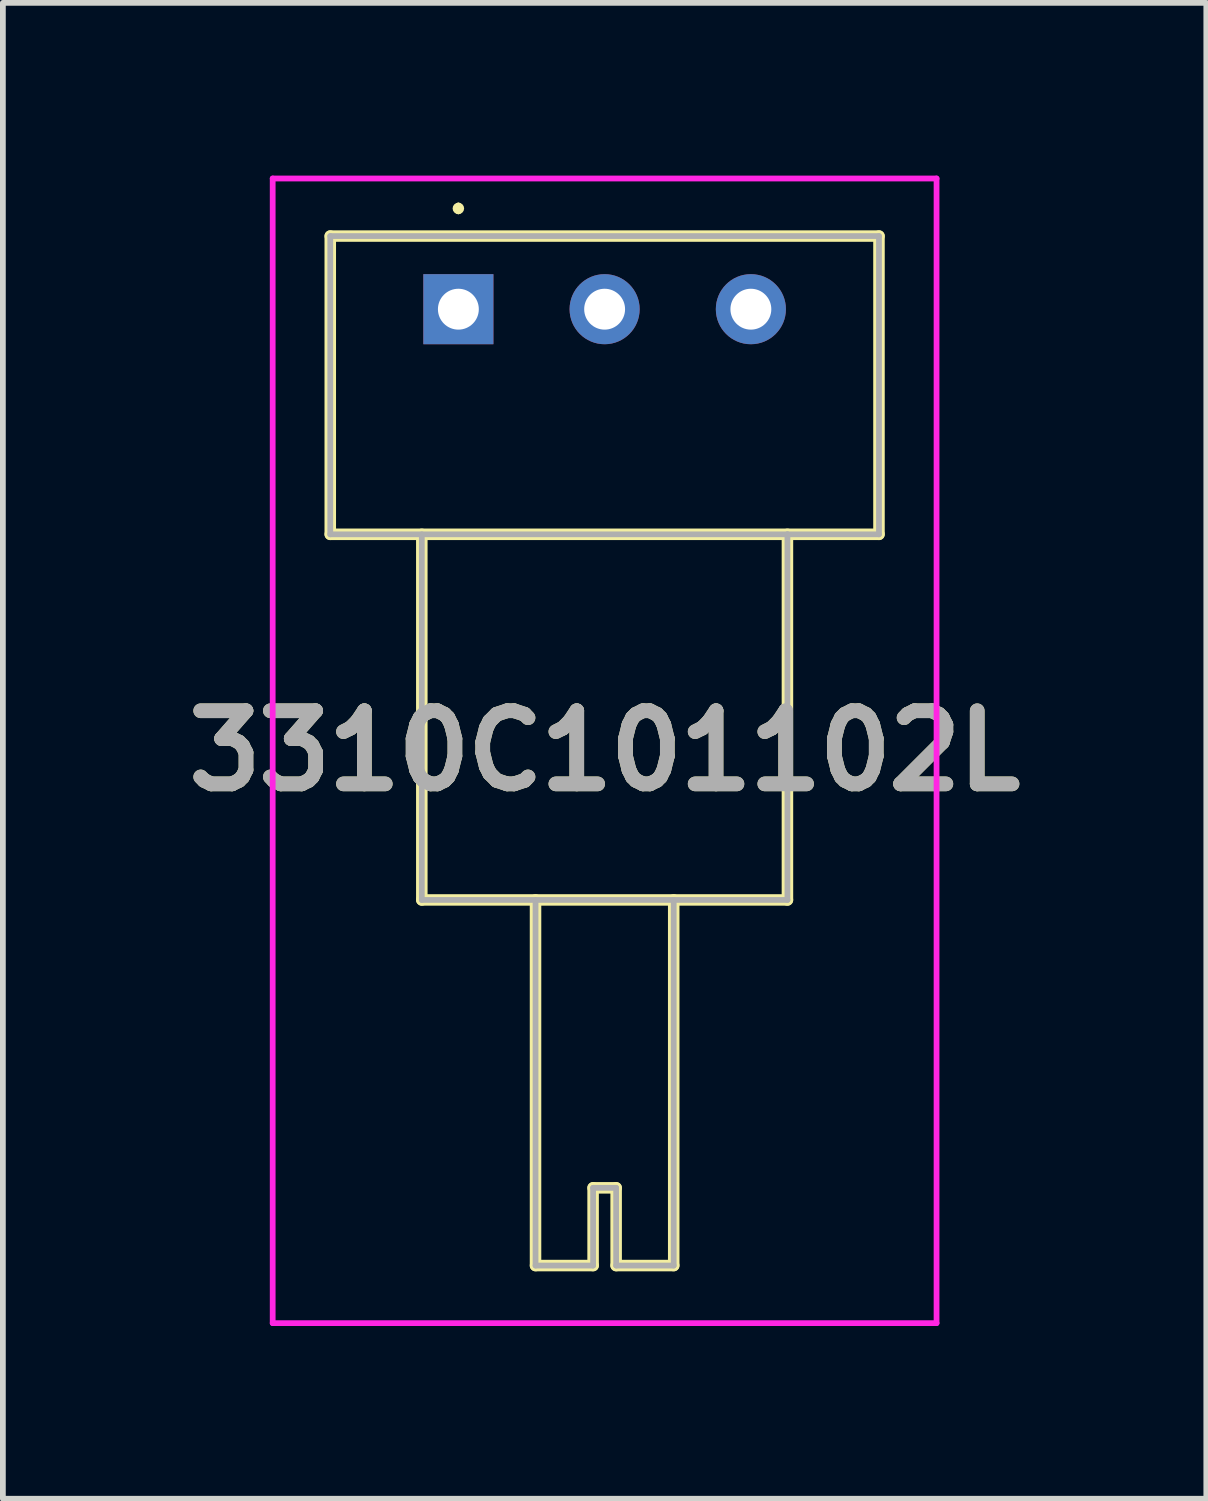
<source format=kicad_pcb>
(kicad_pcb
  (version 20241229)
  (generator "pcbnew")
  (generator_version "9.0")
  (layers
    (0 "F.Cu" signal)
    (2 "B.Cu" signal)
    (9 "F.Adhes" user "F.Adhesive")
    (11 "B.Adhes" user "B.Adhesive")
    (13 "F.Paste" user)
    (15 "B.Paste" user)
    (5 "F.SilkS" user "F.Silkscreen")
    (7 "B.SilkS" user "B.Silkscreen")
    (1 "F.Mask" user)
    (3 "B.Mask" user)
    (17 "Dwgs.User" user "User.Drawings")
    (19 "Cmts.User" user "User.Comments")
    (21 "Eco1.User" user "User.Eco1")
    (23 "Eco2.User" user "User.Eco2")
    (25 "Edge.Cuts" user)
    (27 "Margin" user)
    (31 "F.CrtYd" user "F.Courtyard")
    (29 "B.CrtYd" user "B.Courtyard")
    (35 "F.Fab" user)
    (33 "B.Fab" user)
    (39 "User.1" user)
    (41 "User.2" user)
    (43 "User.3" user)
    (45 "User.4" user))
  (footprint "3310C101102L"
    (layer "F.Cu")
    (at 4.911 2.32)
    (property "Reference" "3310C101102L" (at 2.54 7.67 0) (layer "F.SilkS") (effects (font (size 1.27 1.27) (thickness 0.254))))
    (attr through_hole)
    (fp_line (start -2.225 -1.27) (end 7.305 -1.27) (stroke (width 0.2) (type solid)) (layer "F.SilkS"))
    (fp_line (start -2.225 3.91) (end -2.225 -1.27) (stroke (width 0.2) (type solid)) (layer "F.SilkS"))
    (fp_line (start -0.635 3.91) (end -0.635 10.26) (stroke (width 0.2) (type solid)) (layer "F.SilkS"))
    (fp_line (start -0.635 10.26) (end 5.715 10.26) (stroke (width 0.2) (type solid)) (layer "F.SilkS"))
    (fp_line (start 0 -1.8) (end 0 -1.8) (stroke (width 0.1) (type solid)) (layer "F.SilkS"))
    (fp_line (start 0 -1.7) (end 0 -1.7) (stroke (width 0.1) (type solid)) (layer "F.SilkS"))
    (fp_line (start 1.34 10.26) (end 1.34 16.61) (stroke (width 0.2) (type solid)) (layer "F.SilkS"))
    (fp_line (start 1.34 16.61) (end 2.34 16.61) (stroke (width 0.2) (type solid)) (layer "F.SilkS"))
    (fp_line (start 2.34 15.26) (end 2.74 15.26) (stroke (width 0.2) (type solid)) (layer "F.SilkS"))
    (fp_line (start 2.34 16.61) (end 2.34 15.26) (stroke (width 0.2) (type solid)) (layer "F.SilkS"))
    (fp_line (start 2.74 15.26) (end 2.74 16.61) (stroke (width 0.2) (type solid)) (layer "F.SilkS"))
    (fp_line (start 2.74 16.61) (end 3.74 16.61) (stroke (width 0.2) (type solid)) (layer "F.SilkS"))
    (fp_line (start 3.74 16.61) (end 3.74 10.26) (stroke (width 0.2) (type solid)) (layer "F.SilkS"))
    (fp_line (start 5.715 10.26) (end 5.715 3.91) (stroke (width 0.2) (type solid)) (layer "F.SilkS"))
    (fp_line (start 7.305 -1.27) (end 7.305 3.91) (stroke (width 0.2) (type solid)) (layer "F.SilkS"))
    (fp_line (start 7.305 3.91) (end -2.225 3.91) (stroke (width 0.2) (type solid)) (layer "F.SilkS"))
    (fp_arc (start 0 -1.8) (mid 0.05 -1.75) (end 0 -1.7) (stroke (width 0.1) (type solid)) (layer "F.SilkS"))
    (fp_arc (start 0 -1.7) (mid -0.05 -1.75) (end 0 -1.8) (stroke (width 0.1) (type solid)) (layer "F.SilkS"))
    (fp_line (start -3.225 -2.27) (end 8.305 -2.27) (stroke (width 0.1) (type solid)) (layer "F.CrtYd"))
    (fp_line (start -3.225 17.61) (end -3.225 -2.27) (stroke (width 0.1) (type solid)) (layer "F.CrtYd"))
    (fp_line (start 8.305 -2.27) (end 8.305 17.61) (stroke (width 0.1) (type solid)) (layer "F.CrtYd"))
    (fp_line (start 8.305 17.61) (end -3.225 17.61) (stroke (width 0.1) (type solid)) (layer "F.CrtYd"))
    (fp_line (start -2.225 -1.27) (end 7.305 -1.27) (stroke (width 0.1) (type solid)) (layer "F.Fab"))
    (fp_line (start -2.225 3.91) (end -2.225 -1.27) (stroke (width 0.1) (type solid)) (layer "F.Fab"))
    (fp_line (start -0.635 3.91) (end -0.635 10.26) (stroke (width 0.1) (type solid)) (layer "F.Fab"))
    (fp_line (start -0.635 10.26) (end 5.715 10.26) (stroke (width 0.1) (type solid)) (layer "F.Fab"))
    (fp_line (start 1.34 10.26) (end 1.34 16.61) (stroke (width 0.1) (type solid)) (layer "F.Fab"))
    (fp_line (start 1.34 16.61) (end 2.34 16.61) (stroke (width 0.1) (type solid)) (layer "F.Fab"))
    (fp_line (start 2.34 15.26) (end 2.74 15.26) (stroke (width 0.1) (type solid)) (layer "F.Fab"))
    (fp_line (start 2.34 16.61) (end 2.34 15.26) (stroke (width 0.1) (type solid)) (layer "F.Fab"))
    (fp_line (start 2.74 15.26) (end 2.74 16.61) (stroke (width 0.1) (type solid)) (layer "F.Fab"))
    (fp_line (start 2.74 16.61) (end 3.74 16.61) (stroke (width 0.1) (type solid)) (layer "F.Fab"))
    (fp_line (start 3.74 16.61) (end 3.74 10.26) (stroke (width 0.1) (type solid)) (layer "F.Fab"))
    (fp_line (start 5.715 3.91) (end 5.715 3.91) (stroke (width 0.1) (type solid)) (layer "F.Fab"))
    (fp_line (start 5.715 10.26) (end 5.715 3.91) (stroke (width 0.1) (type solid)) (layer "F.Fab"))
    (fp_line (start 7.305 -1.27) (end 7.305 3.91) (stroke (width 0.1) (type solid)) (layer "F.Fab"))
    (fp_line (start 7.305 3.91) (end -2.225 3.91) (stroke (width 0.1) (type solid)) (layer "F.Fab"))
    (fp_text user "${REFERENCE}" (at 2.54 7.67 0) (layer "F.Fab") (effects (font (size 1.27 1.27) (thickness 0.254))))
    (pad "1" thru_hole rect (at 0 0) (size 1.217 1.217) (drill 0.71) (layers "*.Cu" "*.Mask"))
    (pad "2" thru_hole circle (at 2.54 0) (size 1.217 1.217) (drill 0.71) (layers "*.Cu" "*.Mask"))
    (pad "3" thru_hole circle (at 5.08 0) (size 1.217 1.217) (drill 0.71) (layers "*.Cu" "*.Mask")))
  (gr_rect
    (start -3 -3)
    (end 17.901 22.98)
    (stroke (width 0.1) (type default))
    (fill no)
    (layer "Edge.Cuts")))
</source>
